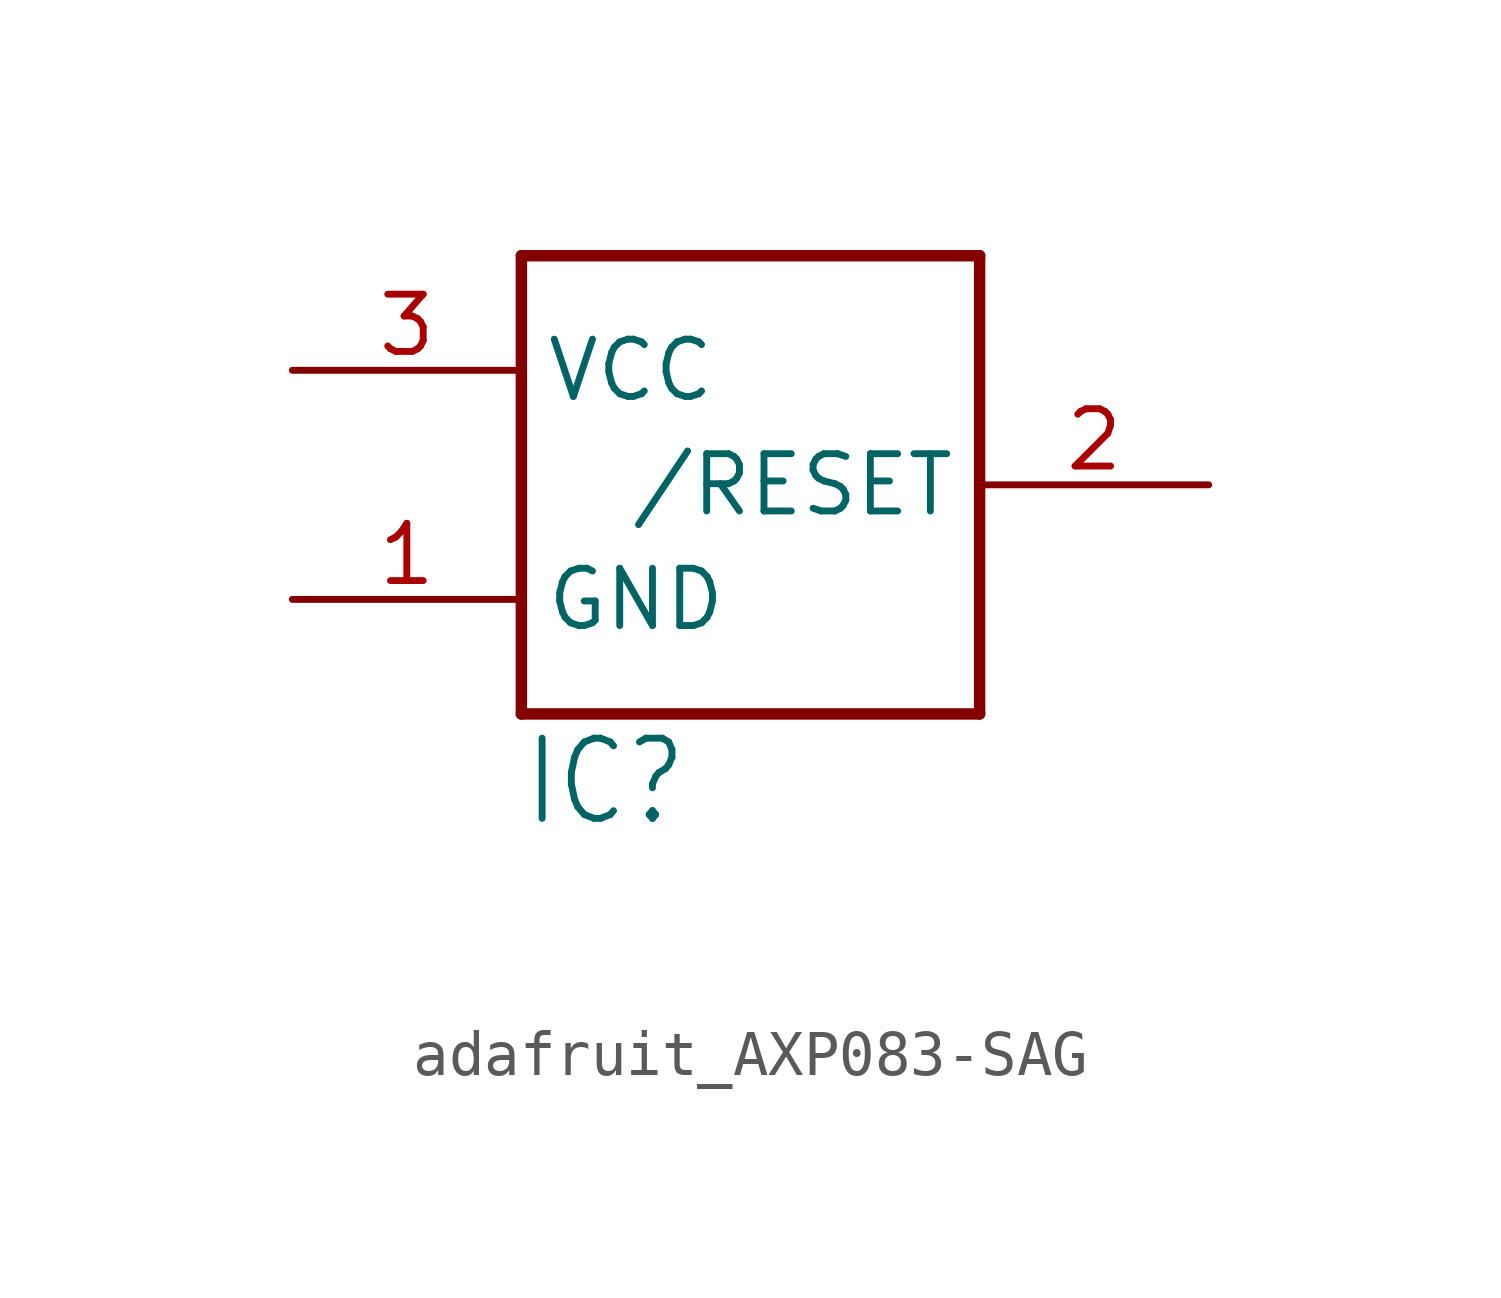
<source format=kicad_sym>
(kicad_symbol_lib
  (version 20231120)
  (generator "kicad_symbol_editor")
  (generator_version "8.0")
  (symbol "adafruit_AXP083-SAG"
    (property "Reference" "IC"
      (at -5.08 -7.62 0)
      (effects (font (size 1.778 1.511)) (justify left bottom)))
    (property "Value" ""
      (at -5.08 -10.16 0)
      (effects (font (size 1.778 1.511)) (justify left bottom)))
    (property "ki_locked" ""
      (at 0 0 0)
      (effects (font (size 1.27 1.27))))
    (symbol "adafruit_AXP083-SAG_1_0"
      (polyline (pts (xy -5.08 -5.08) (xy -5.08 5.08)) (stroke (width 0.254) (type solid)) (fill (type none)))
      (polyline (pts (xy -5.08 5.08) (xy 5.08 5.08)) (stroke (width 0.254) (type solid)) (fill (type none)))
      (polyline (pts (xy 5.08 -5.08) (xy -5.08 -5.08)) (stroke (width 0.254) (type solid)) (fill (type none)))
      (polyline (pts (xy 5.08 5.08) (xy 5.08 -5.08)) (stroke (width 0.254) (type solid)) (fill (type none)))
      (pin power_in line (at -10.16 -2.54 0) (length 5.08) (name "GND" (effects (font (size 1.27 1.27)))) (number "1" (effects (font (size 1.27 1.27)))))
      (pin output line (at 10.16 0 180) (length 5.08) (name "/RESET" (effects (font (size 1.27 1.27)))) (number "2" (effects (font (size 1.27 1.27)))))
      (pin power_in line (at -10.16 2.54 0) (length 5.08) (name "VCC" (effects (font (size 1.27 1.27)))) (number "3" (effects (font (size 1.27 1.27))))))))
</source>
